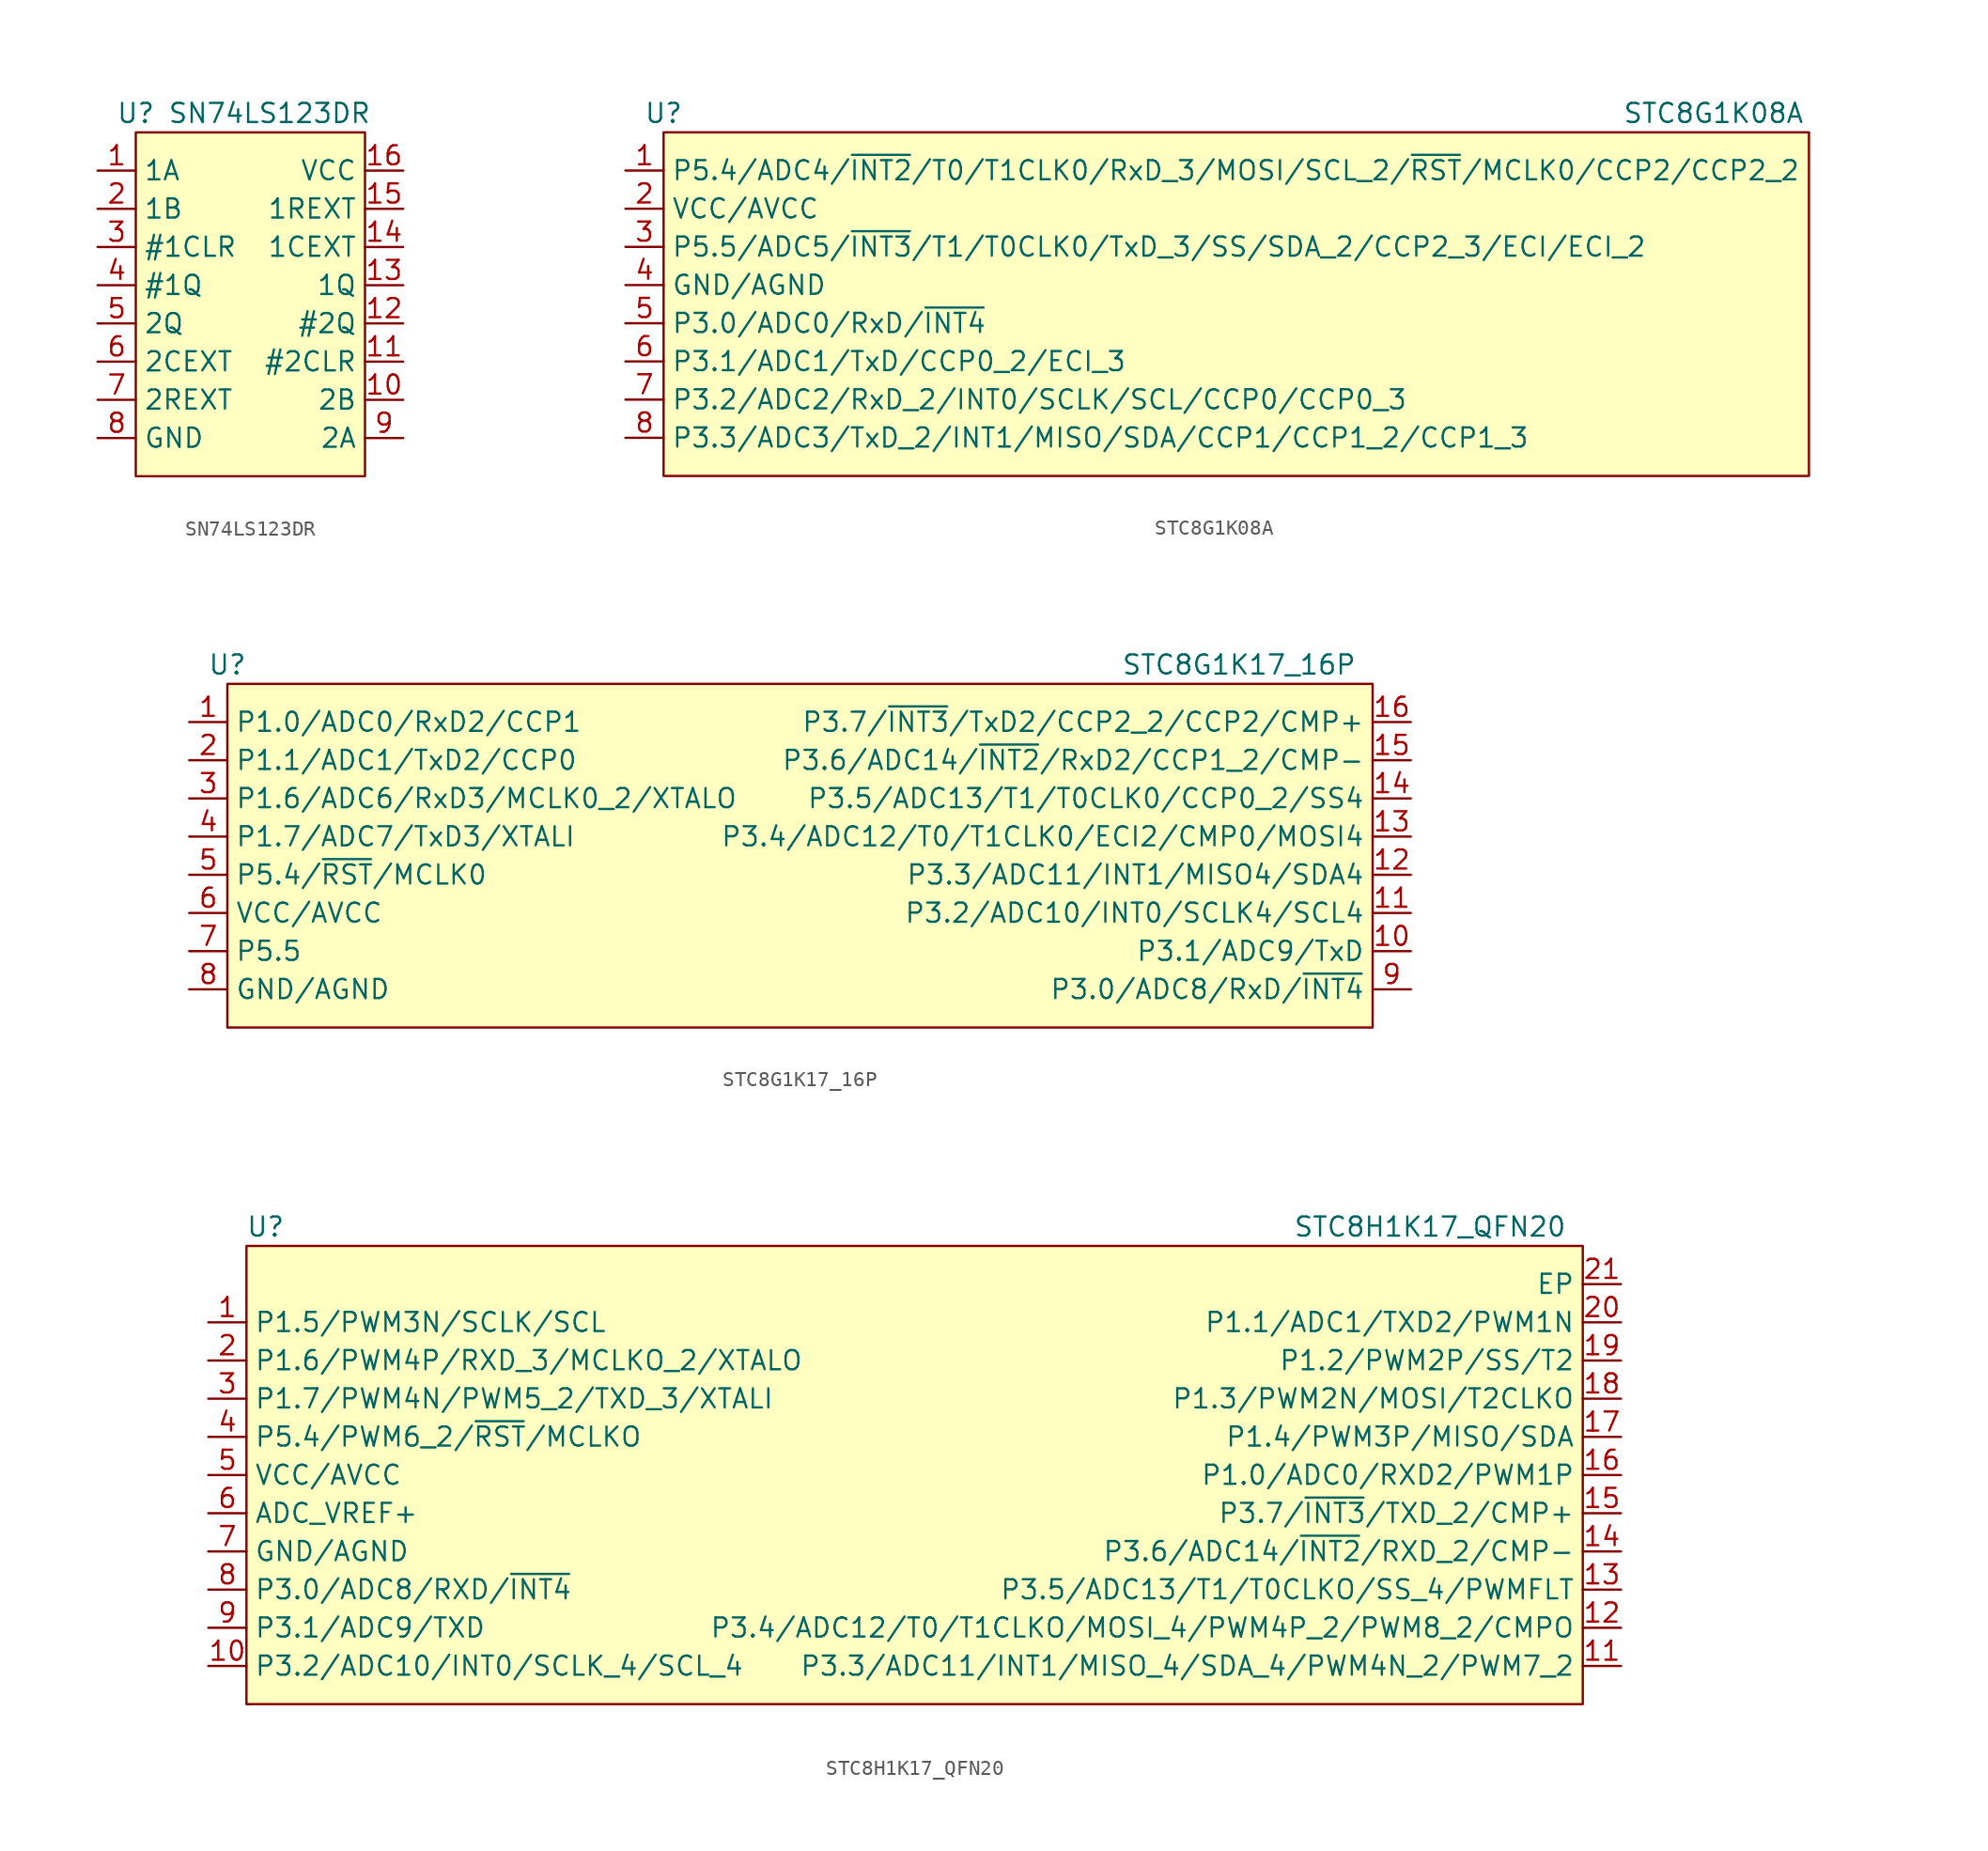
<source format=kicad_sym>
(kicad_symbol_lib
  (version 20220914)
  (generator kicad_symbol_editor)
  (symbol "SN74LS123DR"
    (property "Reference" "U"
      (at 0 1.27 0)
      (effects (font (size 1.27 1.27))))
    (property "Value" "SN74LS123DR"
      (at 8.89 1.27 0)
      (effects (font (size 1.27 1.27))))
    (symbol "SN74LS123DR_0_1"
      (rectangle (start 0 0) (end 15.24 -22.86) (stroke (width 0) (type default)) (fill (type background))))
    (symbol "SN74LS123DR_1_1"
      (pin bidirectional line (at -2.54 -2.54 0) (length 2.54) (name "1A" (effects (font (size 1.27 1.27)))) (number "1" (effects (font (size 1.27 1.27)))))
      (pin bidirectional line (at 17.78 -17.78 180) (length 2.54) (name "2B" (effects (font (size 1.27 1.27)))) (number "10" (effects (font (size 1.27 1.27)))))
      (pin bidirectional line (at 17.78 -15.24 180) (length 2.54) (name "#2CLR" (effects (font (size 1.27 1.27)))) (number "11" (effects (font (size 1.27 1.27)))))
      (pin bidirectional line (at 17.78 -12.7 180) (length 2.54) (name "#2Q" (effects (font (size 1.27 1.27)))) (number "12" (effects (font (size 1.27 1.27)))))
      (pin bidirectional line (at 17.78 -10.16 180) (length 2.54) (name "1Q" (effects (font (size 1.27 1.27)))) (number "13" (effects (font (size 1.27 1.27)))))
      (pin bidirectional line (at 17.78 -7.62 180) (length 2.54) (name "1CEXT" (effects (font (size 1.27 1.27)))) (number "14" (effects (font (size 1.27 1.27)))))
      (pin bidirectional line (at 17.78 -5.08 180) (length 2.54) (name "1REXT" (effects (font (size 1.27 1.27)))) (number "15" (effects (font (size 1.27 1.27)))))
      (pin power_in line (at 17.78 -2.54 180) (length 2.54) (name "VCC" (effects (font (size 1.27 1.27)))) (number "16" (effects (font (size 1.27 1.27)))))
      (pin bidirectional line (at -2.54 -5.08 0) (length 2.54) (name "1B" (effects (font (size 1.27 1.27)))) (number "2" (effects (font (size 1.27 1.27)))))
      (pin bidirectional line (at -2.54 -7.62 0) (length 2.54) (name "#1CLR" (effects (font (size 1.27 1.27)))) (number "3" (effects (font (size 1.27 1.27)))))
      (pin bidirectional line (at -2.54 -10.16 0) (length 2.54) (name "#1Q" (effects (font (size 1.27 1.27)))) (number "4" (effects (font (size 1.27 1.27)))))
      (pin bidirectional line (at -2.54 -12.7 0) (length 2.54) (name "2Q" (effects (font (size 1.27 1.27)))) (number "5" (effects (font (size 1.27 1.27)))))
      (pin bidirectional line (at -2.54 -15.24 0) (length 2.54) (name "2CEXT" (effects (font (size 1.27 1.27)))) (number "6" (effects (font (size 1.27 1.27)))))
      (pin bidirectional line (at -2.54 -17.78 0) (length 2.54) (name "2REXT" (effects (font (size 1.27 1.27)))) (number "7" (effects (font (size 1.27 1.27)))))
      (pin power_in line (at -2.54 -20.32 0) (length 2.54) (name "GND" (effects (font (size 1.27 1.27)))) (number "8" (effects (font (size 1.27 1.27)))))
      (pin bidirectional line (at 17.78 -20.32 180) (length 2.54) (name "2A" (effects (font (size 1.27 1.27)))) (number "9" (effects (font (size 1.27 1.27)))))))
  (symbol "STC8G1K08A"
    (property "Reference" "U"
      (at 0 1.27 0)
      (effects (font (size 1.27 1.27))))
    (property "Value" "STC8G1K08A"
      (at 69.85 1.27 0)
      (effects (font (size 1.27 1.27))))
    (symbol "STC8G1K08A_0_1"
      (rectangle (start 0 0) (end 76.2 -22.86) (stroke (width 0) (type default)) (fill (type background))))
    (symbol "STC8G1K08A_1_1"
      (pin bidirectional line (at -2.54 -2.54 0) (length 2.54) (name "P5.4/ADC4/~{INT2}/T0/T1CLK0/RxD_3/MOSI/SCL_2/~{RST}/MCLK0/CCP2/CCP2_2" (effects (font (size 1.27 1.27)))) (number "1" (effects (font (size 1.27 1.27)))))
      (pin power_in line (at -2.54 -5.08 0) (length 2.54) (name "VCC/AVCC" (effects (font (size 1.27 1.27)))) (number "2" (effects (font (size 1.27 1.27)))))
      (pin bidirectional line (at -2.54 -7.62 0) (length 2.54) (name "P5.5/ADC5/~{INT3}/T1/T0CLK0/TxD_3/SS/SDA_2/CCP2_3/ECI/ECI_2" (effects (font (size 1.27 1.27)))) (number "3" (effects (font (size 1.27 1.27)))))
      (pin power_in line (at -2.54 -10.16 0) (length 2.54) (name "GND/AGND" (effects (font (size 1.27 1.27)))) (number "4" (effects (font (size 1.27 1.27)))))
      (pin bidirectional line (at -2.54 -12.7 0) (length 2.54) (name "P3.0/ADC0/RxD/~{INT4}" (effects (font (size 1.27 1.27)))) (number "5" (effects (font (size 1.27 1.27)))))
      (pin bidirectional line (at -2.54 -15.24 0) (length 2.54) (name "P3.1/ADC1/TxD/CCP0_2/ECI_3" (effects (font (size 1.27 1.27)))) (number "6" (effects (font (size 1.27 1.27)))))
      (pin bidirectional line (at -2.54 -17.78 0) (length 2.54) (name "P3.2/ADC2/RxD_2/INT0/SCLK/SCL/CCP0/CCP0_3" (effects (font (size 1.27 1.27)))) (number "7" (effects (font (size 1.27 1.27)))))
      (pin bidirectional line (at -2.54 -20.32 0) (length 2.54) (name "P3.3/ADC3/TxD_2/INT1/MISO/SDA/CCP1/CCP1_2/CCP1_3" (effects (font (size 1.27 1.27)))) (number "8" (effects (font (size 1.27 1.27)))))))
  (symbol "STC8G1K17_16P"
    (property "Reference" "U"
      (at 0 1.27 0)
      (effects (font (size 1.27 1.27))))
    (property "Value" "STC8G1K17_16P"
      (at 67.31 1.27 0)
      (effects (font (size 1.27 1.27))))
    (symbol "STC8G1K17_16P_0_1"
      (rectangle (start 0 0) (end 76.2 -22.86) (stroke (width 0) (type default)) (fill (type background))))
    (symbol "STC8G1K17_16P_1_1"
      (pin bidirectional line (at -2.54 -2.54 0) (length 2.54) (name "P1.0/ADC0/RxD2/CCP1" (effects (font (size 1.27 1.27)))) (number "1" (effects (font (size 1.27 1.27)))))
      (pin bidirectional line (at 78.74 -17.78 180) (length 2.54) (name "P3.1/ADC9/TxD" (effects (font (size 1.27 1.27)))) (number "10" (effects (font (size 1.27 1.27)))))
      (pin bidirectional line (at 78.74 -15.24 180) (length 2.54) (name "P3.2/ADC10/INT0/SCLK4/SCL4" (effects (font (size 1.27 1.27)))) (number "11" (effects (font (size 1.27 1.27)))))
      (pin bidirectional line (at 78.74 -12.7 180) (length 2.54) (name "P3.3/ADC11/INT1/MISO4/SDA4" (effects (font (size 1.27 1.27)))) (number "12" (effects (font (size 1.27 1.27)))))
      (pin bidirectional line (at 78.74 -10.16 180) (length 2.54) (name "P3.4/ADC12/T0/T1CLK0/ECI2/CMP0/MOSI4" (effects (font (size 1.27 1.27)))) (number "13" (effects (font (size 1.27 1.27)))))
      (pin bidirectional line (at 78.74 -7.62 180) (length 2.54) (name "P3.5/ADC13/T1/T0CLK0/CCP0_2/SS4" (effects (font (size 1.27 1.27)))) (number "14" (effects (font (size 1.27 1.27)))))
      (pin bidirectional line (at 78.74 -5.08 180) (length 2.54) (name "P3.6/ADC14/~{INT2}/RxD2/CCP1_2/CMP-" (effects (font (size 1.27 1.27)))) (number "15" (effects (font (size 1.27 1.27)))))
      (pin bidirectional line (at 78.74 -2.54 180) (length 2.54) (name "P3.7/~{INT3}/TxD2/CCP2_2/CCP2/CMP+" (effects (font (size 1.27 1.27)))) (number "16" (effects (font (size 1.27 1.27)))))
      (pin bidirectional line (at -2.54 -5.08 0) (length 2.54) (name "P1.1/ADC1/TxD2/CCP0" (effects (font (size 1.27 1.27)))) (number "2" (effects (font (size 1.27 1.27)))))
      (pin bidirectional line (at -2.54 -7.62 0) (length 2.54) (name "P1.6/ADC6/RxD3/MCLK0_2/XTALO" (effects (font (size 1.27 1.27)))) (number "3" (effects (font (size 1.27 1.27)))))
      (pin bidirectional line (at -2.54 -10.16 0) (length 2.54) (name "P1.7/ADC7/TxD3/XTALI" (effects (font (size 1.27 1.27)))) (number "4" (effects (font (size 1.27 1.27)))))
      (pin bidirectional line (at -2.54 -12.7 0) (length 2.54) (name "P5.4/~{RST}/MCLK0" (effects (font (size 1.27 1.27)))) (number "5" (effects (font (size 1.27 1.27)))))
      (pin power_in line (at -2.54 -15.24 0) (length 2.54) (name "VCC/AVCC" (effects (font (size 1.27 1.27)))) (number "6" (effects (font (size 1.27 1.27)))))
      (pin bidirectional line (at -2.54 -17.78 0) (length 2.54) (name "P5.5" (effects (font (size 1.27 1.27)))) (number "7" (effects (font (size 1.27 1.27)))))
      (pin power_in line (at -2.54 -20.32 0) (length 2.54) (name "GND/AGND" (effects (font (size 1.27 1.27)))) (number "8" (effects (font (size 1.27 1.27)))))
      (pin bidirectional line (at 78.74 -20.32 180) (length 2.54) (name "P3.0/ADC8/RxD/~{INT4}" (effects (font (size 1.27 1.27)))) (number "9" (effects (font (size 1.27 1.27)))))))
  (symbol "STC8H1K17_QFN20"
    (property "Reference" "U"
      (at 1.27 1.27 0)
      (effects (font (size 1.27 1.27))))
    (property "Value" "STC8H1K17_QFN20"
      (at 78.74 1.27 0)
      (effects (font (size 1.27 1.27))))
    (symbol "STC8H1K17_QFN20_0_1"
      (rectangle (start 0 0) (end 88.9 -30.48) (stroke (width 0) (type default)) (fill (type background))))
    (symbol "STC8H1K17_QFN20_1_1"
      (pin bidirectional line (at -2.54 -5.08 0) (length 2.54) (name "P1.5/PWM3N/SCLK/SCL" (effects (font (size 1.27 1.27)))) (number "1" (effects (font (size 1.27 1.27)))))
      (pin bidirectional line (at -2.54 -27.94 0) (length 2.54) (name "P3.2/ADC10/INT0/SCLK_4/SCL_4" (effects (font (size 1.27 1.27)))) (number "10" (effects (font (size 1.27 1.27)))))
      (pin bidirectional line (at 91.44 -27.94 180) (length 2.54) (name "P3.3/ADC11/INT1/MISO_4/SDA_4/PWM4N_2/PWM7_2" (effects (font (size 1.27 1.27)))) (number "11" (effects (font (size 1.27 1.27)))))
      (pin bidirectional line (at 91.44 -25.4 180) (length 2.54) (name "P3.4/ADC12/T0/T1CLKO/MOSI_4/PWM4P_2/PWM8_2/CMPO" (effects (font (size 1.27 1.27)))) (number "12" (effects (font (size 1.27 1.27)))))
      (pin bidirectional line (at 91.44 -22.86 180) (length 2.54) (name "P3.5/ADC13/T1/T0CLKO/SS_4/PWMFLT" (effects (font (size 1.27 1.27)))) (number "13" (effects (font (size 1.27 1.27)))))
      (pin bidirectional line (at 91.44 -20.32 180) (length 2.54) (name "P3.6/ADC14/~{INT2}/RXD_2/CMP-" (effects (font (size 1.27 1.27)))) (number "14" (effects (font (size 1.27 1.27)))))
      (pin bidirectional line (at 91.44 -17.78 180) (length 2.54) (name "P3.7/~{INT3}/TXD_2/CMP+" (effects (font (size 1.27 1.27)))) (number "15" (effects (font (size 1.27 1.27)))))
      (pin bidirectional line (at 91.44 -15.24 180) (length 2.54) (name "P1.0/ADC0/RXD2/PWM1P" (effects (font (size 1.27 1.27)))) (number "16" (effects (font (size 1.27 1.27)))))
      (pin bidirectional line (at 91.44 -12.7 180) (length 2.54) (name "P1.4/PWM3P/MISO/SDA" (effects (font (size 1.27 1.27)))) (number "17" (effects (font (size 1.27 1.27)))))
      (pin bidirectional line (at 91.44 -10.16 180) (length 2.54) (name "P1.3/PWM2N/MOSI/T2CLKO" (effects (font (size 1.27 1.27)))) (number "18" (effects (font (size 1.27 1.27)))))
      (pin bidirectional line (at 91.44 -7.62 180) (length 2.54) (name "P1.2/PWM2P/SS/T2" (effects (font (size 1.27 1.27)))) (number "19" (effects (font (size 1.27 1.27)))))
      (pin bidirectional line (at -2.54 -7.62 0) (length 2.54) (name "P1.6/PWM4P/RXD_3/MCLKO_2/XTALO" (effects (font (size 1.27 1.27)))) (number "2" (effects (font (size 1.27 1.27)))))
      (pin bidirectional line (at 91.44 -5.08 180) (length 2.54) (name "P1.1/ADC1/TXD2/PWM1N" (effects (font (size 1.27 1.27)))) (number "20" (effects (font (size 1.27 1.27)))))
      (pin power_in line (at 91.44 -2.54 180) (length 2.54) (name "EP" (effects (font (size 1.27 1.27)))) (number "21" (effects (font (size 1.27 1.27)))))
      (pin bidirectional line (at -2.54 -10.16 0) (length 2.54) (name "P1.7/PWM4N/PWM5_2/TXD_3/XTALI" (effects (font (size 1.27 1.27)))) (number "3" (effects (font (size 1.27 1.27)))))
      (pin bidirectional line (at -2.54 -12.7 0) (length 2.54) (name "P5.4/PWM6_2/~{RST}/MCLKO" (effects (font (size 1.27 1.27)))) (number "4" (effects (font (size 1.27 1.27)))))
      (pin power_in line (at -2.54 -15.24 0) (length 2.54) (name "VCC/AVCC" (effects (font (size 1.27 1.27)))) (number "5" (effects (font (size 1.27 1.27)))))
      (pin input line (at -2.54 -17.78 0) (length 2.54) (name "ADC_VREF+" (effects (font (size 1.27 1.27)))) (number "6" (effects (font (size 1.27 1.27)))))
      (pin power_in line (at -2.54 -20.32 0) (length 2.54) (name "GND/AGND" (effects (font (size 1.27 1.27)))) (number "7" (effects (font (size 1.27 1.27)))))
      (pin bidirectional line (at -2.54 -22.86 0) (length 2.54) (name "P3.0/ADC8/RXD/~{INT4}" (effects (font (size 1.27 1.27)))) (number "8" (effects (font (size 1.27 1.27)))))
      (pin bidirectional line (at -2.54 -25.4 0) (length 2.54) (name "P3.1/ADC9/TXD" (effects (font (size 1.27 1.27)))) (number "9" (effects (font (size 1.27 1.27))))))))
</source>
